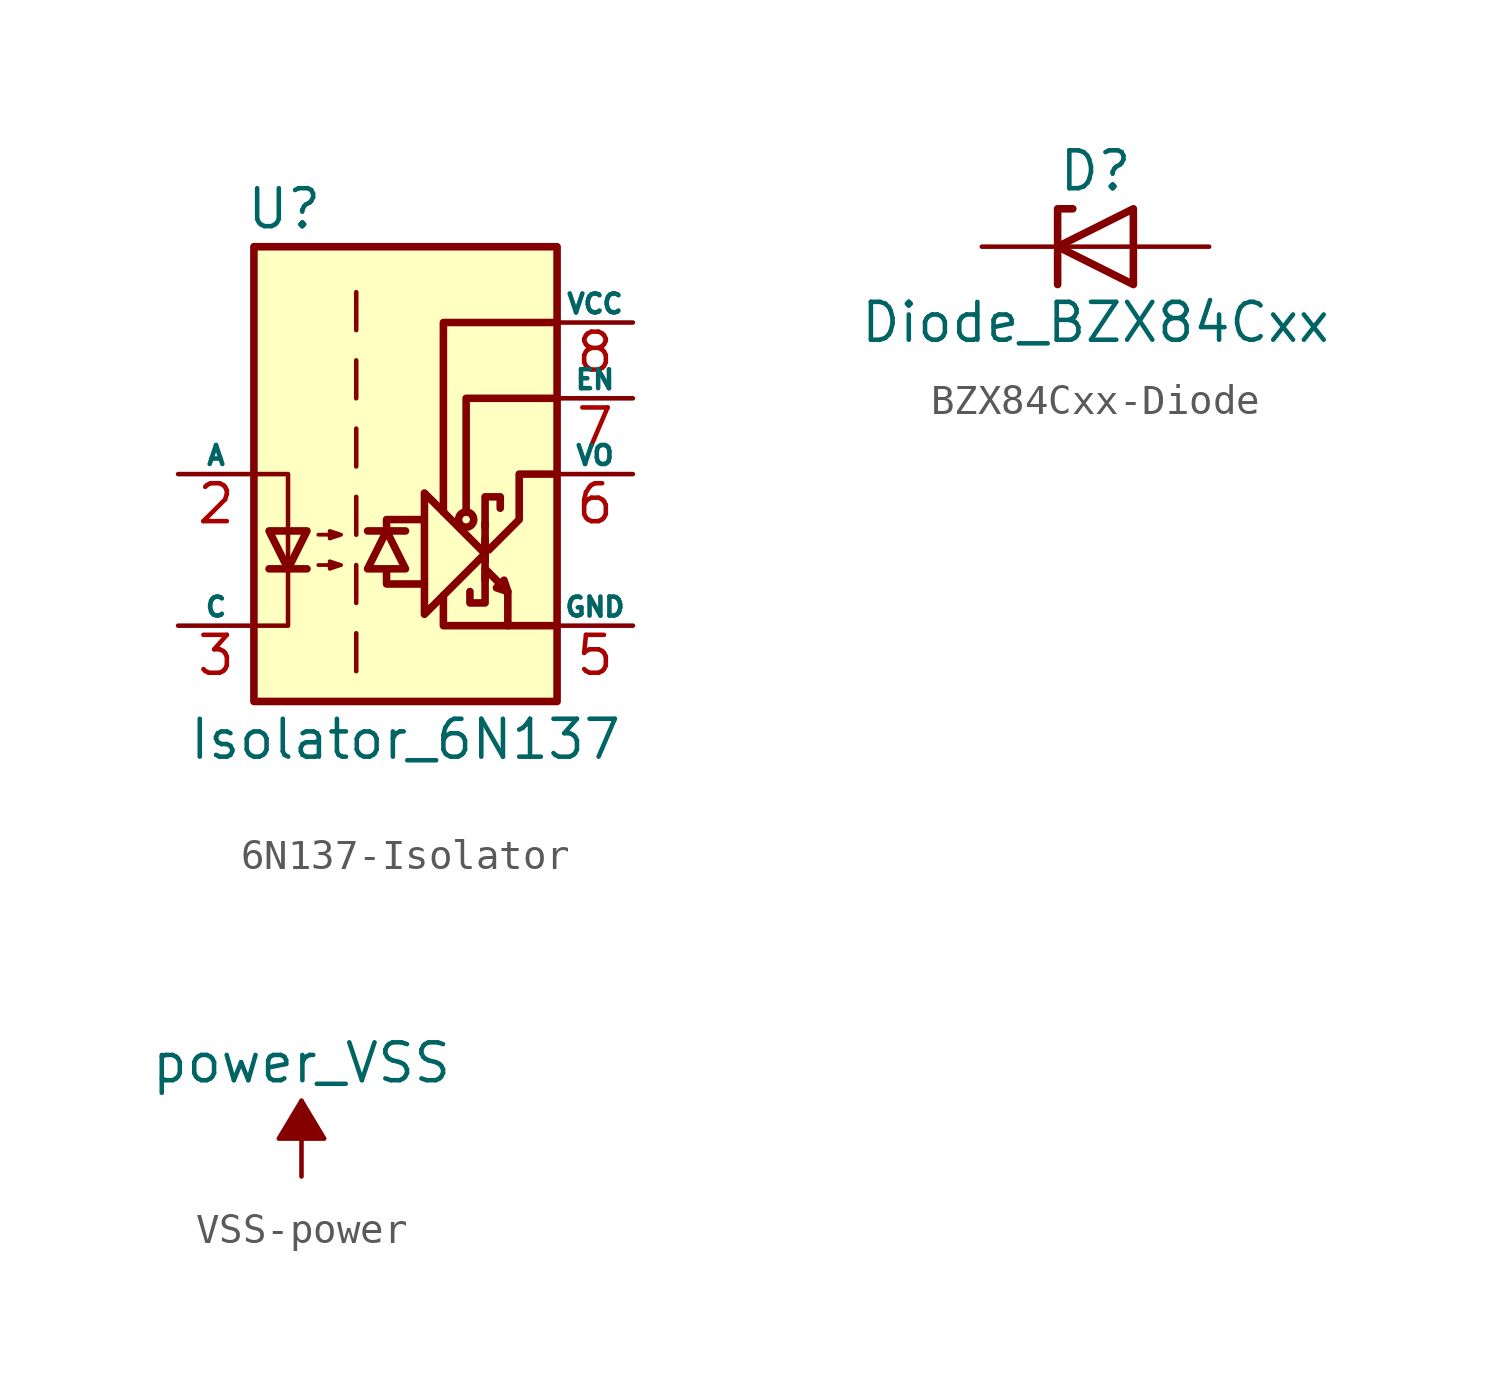
<source format=kicad_sym>
(kicad_symbol_lib
  (version 20231120)
  (generator "kicad_symbol_editor")
  (generator_version "8.0")
  (symbol "6N137-Isolator"
    (pin_names
      (offset 0))
    (property "Reference" "U"
      (at -4.064 8.89 0)
      (effects (font (size 1.27 1.27))))
    (property "Value" "Isolator_6N137"
      (at 0 -8.89 0)
      (effects (font (size 1.27 1.27))))
    (symbol "6N137-Isolator_0_1"
      (polyline (pts (xy 2.667 -3.556) (xy 2.667 -1.651)) (stroke (width 0.254) (type solid)) (fill (type none)))
      (polyline (pts (xy 2.667 -2.159) (xy 2.667 -2.921)) (stroke (width 0.254) (type solid)) (fill (type none)))
      (polyline (pts (xy 3.429 -3.937) (xy 3.429 -5.08)) (stroke (width 0.254) (type solid)) (fill (type none)))
      (polyline (pts (xy -0.635 -3.302) (xy -0.635 -3.683) (xy 0.635 -3.683)) (stroke (width 0.254) (type solid)) (fill (type none)))
      (polyline (pts (xy -0.635 -1.905) (xy -0.635 -1.524) (xy 0.508 -1.524)) (stroke (width 0.254) (type solid)) (fill (type none)))
      (polyline (pts (xy 1.27 -4.064) (xy 1.27 -5.08) (xy 5.08 -5.08)) (stroke (width 0.254) (type solid)) (fill (type none)))
      (polyline (pts (xy 1.27 -1.27) (xy 1.27 5.08) (xy 5.08 5.08)) (stroke (width 0.254) (type solid)) (fill (type none)))
      (polyline (pts (xy 2.032 -1.27) (xy 2.032 2.54) (xy 5.08 2.54)) (stroke (width 0.254) (type solid)) (fill (type none)))
      (polyline (pts (xy -5.08 -5.08) (xy -3.937 -5.08) (xy -3.937 0) (xy -5.08 0)) (stroke (width 0) (type solid)) (fill (type none)))
      (polyline (pts (xy 2.667 -3.302) (xy 2.667 -4.318) (xy 2.159 -4.318) (xy 2.159 -3.937)) (stroke (width 0.254) (type solid)) (fill (type none)))
      (polyline (pts (xy 2.667 -2.667) (xy 0.635 -4.699) (xy 0.635 -0.635) (xy 2.667 -2.667)) (stroke (width 0.254) (type solid)) (fill (type none)))
      (polyline (pts (xy 2.667 -1.778) (xy 2.667 -0.762) (xy 3.175 -0.762) (xy 3.175 -1.143)) (stroke (width 0.254) (type solid)) (fill (type none)))
      (polyline (pts (xy 2.794 -2.54) (xy 3.81 -1.524) (xy 3.81 0) (xy 5.08 0)) (stroke (width 0.254) (type solid)) (fill (type none)))
      (polyline (pts (xy 2.667 -3.175) (xy 3.429 -3.937) (xy 3.302 -3.556) (xy 3.048 -3.81) (xy 3.429 -3.937)) (stroke (width 0.254) (type solid)) (fill (type none)))
      (circle (center 2.032 -1.524) (radius 0.254) (stroke (width 0.254) (type solid)) (fill (type none))))
    (symbol "6N137-Isolator_1_1"
      (rectangle (start -5.08 7.62) (end 5.08 -7.62) (stroke (width 0.254) (type solid)) (fill (type background)))
      (polyline (pts (xy -4.572 -3.175) (xy -3.302 -3.175)) (stroke (width 0.254) (type solid)) (fill (type none)))
      (polyline (pts (xy -1.651 -5.334) (xy -1.651 -6.604)) (stroke (width 0) (type solid)) (fill (type none)))
      (polyline (pts (xy -1.651 -3.048) (xy -1.651 -4.318)) (stroke (width 0) (type solid)) (fill (type none)))
      (polyline (pts (xy -1.651 -0.762) (xy -1.651 -2.032)) (stroke (width 0) (type solid)) (fill (type none)))
      (polyline (pts (xy -1.651 1.524) (xy -1.651 0.254)) (stroke (width 0) (type solid)) (fill (type none)))
      (polyline (pts (xy -1.651 3.81) (xy -1.651 2.54)) (stroke (width 0) (type solid)) (fill (type none)))
      (polyline (pts (xy -1.651 6.096) (xy -1.651 4.826)) (stroke (width 0) (type solid)) (fill (type none)))
      (polyline (pts (xy -1.27 -1.905) (xy 0 -1.905)) (stroke (width 0.254) (type solid)) (fill (type none)))
      (polyline (pts (xy -3.937 -3.175) (xy -4.572 -1.905) (xy -3.302 -1.905) (xy -3.937 -3.175)) (stroke (width 0.254) (type solid)) (fill (type none)))
      (polyline (pts (xy -0.635 -1.905) (xy -1.27 -3.175) (xy 0 -3.175) (xy -0.635 -1.905)) (stroke (width 0.254) (type solid)) (fill (type none)))
      (polyline (pts (xy -2.921 -3.048) (xy -2.159 -3.048) (xy -2.54 -3.175) (xy -2.54 -2.921) (xy -2.159 -3.048)) (stroke (width 0.127) (type solid)) (fill (type none)))
      (polyline (pts (xy -2.921 -2.032) (xy -2.159 -2.032) (xy -2.54 -2.159) (xy -2.54 -1.905) (xy -2.159 -2.032)) (stroke (width 0.127) (type solid)) (fill (type none)))
      (pin no_connect line (at -5.08 5.08 0) (length 2.54) hide (name "NC" (effects (font (size 0.635 0.635)))) (number "1" (effects (font (size 1.27 1.27)))))
      (pin passive line (at -7.62 0 0) (length 2.54) (name "A" (effects (font (size 0.635 0.635)))) (number "2" (effects (font (size 1.27 1.27)))))
      (pin passive line (at -7.62 -5.08 0) (length 2.54) (name "C" (effects (font (size 0.635 0.635)))) (number "3" (effects (font (size 1.27 1.27)))))
      (pin power_in line (at 7.62 -5.08 180) (length 2.54) (name "GND" (effects (font (size 0.635 0.635)))) (number "5" (effects (font (size 1.27 1.27)))))
      (pin open_collector line (at 7.62 0 180) (length 2.54) (name "VO" (effects (font (size 0.635 0.635)))) (number "6" (effects (font (size 1.27 1.27)))))
      (pin input line (at 7.62 2.54 180) (length 2.54) (name "EN" (effects (font (size 0.635 0.635)))) (number "7" (effects (font (size 1.27 1.27)))))
      (pin power_in line (at 7.62 5.08 180) (length 2.54) (name "VCC" (effects (font (size 0.635 0.635)))) (number "8" (effects (font (size 1.27 1.27)))))))
  (symbol "BZX84Cxx-Diode"
    (pin_numbers hide)
    (pin_names
      (offset 1.016) hide)
    (property "Reference" "D"
      (at 0 2.54 0)
      (effects (font (size 1.27 1.27))))
    (property "Value" "Diode_BZX84Cxx"
      (at 0 -2.54 0)
      (effects (font (size 1.27 1.27))))
    (symbol "BZX84Cxx-Diode_0_1"
      (polyline (pts (xy 1.27 0) (xy -1.27 0)) (stroke (width 0) (type solid)) (fill (type none)))
      (polyline (pts (xy -1.27 -1.27) (xy -1.27 1.27) (xy -0.762 1.27)) (stroke (width 0.254) (type solid)) (fill (type none)))
      (polyline (pts (xy 1.27 -1.27) (xy 1.27 1.27) (xy -1.27 0) (xy 1.27 -1.27)) (stroke (width 0.254) (type solid)) (fill (type none))))
    (symbol "BZX84Cxx-Diode_1_1"
      (pin passive line (at -3.81 0 0) (length 2.54) (name "K" (effects (font (size 1.27 1.27)))) (number "1" (effects (font (size 1.27 1.27)))))
      (pin passive line (at 3.81 0 180) (length 2.54) (name "A" (effects (font (size 1.27 1.27)))) (number "2" (effects (font (size 1.27 1.27)))))))
  (symbol "VSS-power"
    (power)
    (pin_names
      (offset 0))
    (property "Reference" "#PWR"
      (at 0 -3.81 0)
      (effects (font (size 1.27 1.27)) (hide yes)))
    (property "Value" "power_VSS"
      (at 0 3.81 0)
      (effects (font (size 1.27 1.27))))
    (symbol "VSS-power_0_1"
      (polyline (pts (xy 0 0) (xy 0 2.54)) (stroke (width 0) (type solid)) (fill (type none)))
      (polyline (pts (xy 0.762 1.27) (xy -0.762 1.27) (xy 0 2.54) (xy 0.762 1.27)) (stroke (width 0) (type solid)) (fill (type outline))))
    (symbol "VSS-power_1_1"
      (pin power_in line (at 0 0 90) (length 0) hide (name "VSS" (effects (font (size 1.27 1.27)))) (number "1" (effects (font (size 1.27 1.27))))))))
</source>
